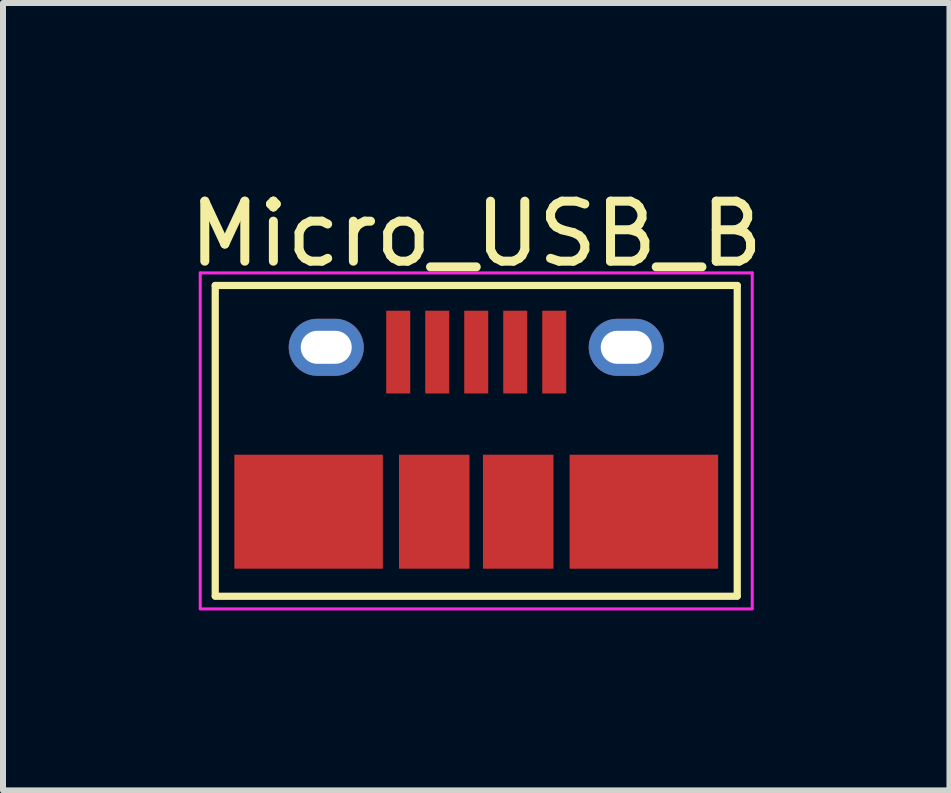
<source format=kicad_pcb>
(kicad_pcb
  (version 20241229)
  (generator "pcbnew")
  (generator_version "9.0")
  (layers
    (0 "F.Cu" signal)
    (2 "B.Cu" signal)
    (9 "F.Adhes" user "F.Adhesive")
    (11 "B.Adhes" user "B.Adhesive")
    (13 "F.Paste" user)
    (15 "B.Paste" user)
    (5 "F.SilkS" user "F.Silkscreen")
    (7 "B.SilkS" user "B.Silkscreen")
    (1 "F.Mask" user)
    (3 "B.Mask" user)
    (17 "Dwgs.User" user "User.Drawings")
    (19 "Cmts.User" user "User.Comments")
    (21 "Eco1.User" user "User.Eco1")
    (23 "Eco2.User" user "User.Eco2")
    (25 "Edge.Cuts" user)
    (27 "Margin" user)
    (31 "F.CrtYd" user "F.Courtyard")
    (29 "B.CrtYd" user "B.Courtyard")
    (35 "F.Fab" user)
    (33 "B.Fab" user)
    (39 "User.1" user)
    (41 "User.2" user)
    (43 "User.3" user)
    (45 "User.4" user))
  (footprint "Micro_USB_B"
    (layer "F.Cu")
    (at 4.887 2.818)
    (property "Reference" "Micro_USB_B" (at 0 -1.97 0) (layer "F.SilkS") (effects (font (size 1 1) (thickness 0.15))))
    (attr smd)
    (fp_line (start -4.35 -1.11) (end 4.35 -1.11) (stroke (width 0.12) (type solid)) (layer "F.SilkS"))
    (fp_line (start -4.35 4.06) (end -4.35 -1.11) (stroke (width 0.12) (type solid)) (layer "F.SilkS"))
    (fp_line (start 4.35 -1.11) (end 4.35 4.06) (stroke (width 0.12) (type solid)) (layer "F.SilkS"))
    (fp_line (start 4.35 4.07) (end -4.35 4.07) (stroke (width 0.12) (type solid)) (layer "F.SilkS"))
    (fp_line (start -4.6 -1.32) (end 4.6 -1.32) (stroke (width 0.05) (type solid)) (layer "F.CrtYd"))
    (fp_line (start -4.6 4.27) (end -4.6 -1.32) (stroke (width 0.05) (type solid)) (layer "F.CrtYd"))
    (fp_line (start 4.6 -1.32) (end 4.6 4.27) (stroke (width 0.05) (type solid)) (layer "F.CrtYd"))
    (fp_line (start 4.6 4.28) (end -4.6 4.28) (stroke (width 0.05) (type solid)) (layer "F.CrtYd"))
    (pad "1" smd rect (at -1.3 0 90) (size 1.38 0.4) (layers "F.Cu" "F.Mask" "F.Paste"))
    (pad "2" smd rect (at -0.65 0 90) (size 1.38 0.4) (layers "F.Cu" "F.Mask" "F.Paste"))
    (pad "3" smd rect (at 0 0 90) (size 1.38 0.4) (layers "F.Cu" "F.Mask" "F.Paste"))
    (pad "4" smd rect (at 0.65 0 90) (size 1.38 0.4) (layers "F.Cu" "F.Mask" "F.Paste"))
    (pad "5" smd rect (at 1.3 0 90) (size 1.38 0.4) (layers "F.Cu" "F.Mask" "F.Paste"))
    (pad "6" smd rect (at -2.794 2.66) (size 2.475 1.9) (layers "F.Cu" "F.Mask" "F.Paste"))
    (pad "6" smd rect (at -0.7 2.66) (size 1.175 1.9) (layers "F.Cu" "F.Mask" "F.Paste"))
    (pad "6" smd rect (at 0.7 2.66) (size 1.175 1.9) (layers "F.Cu" "F.Mask" "F.Paste"))
    (pad "6" smd rect (at 2.794 2.66) (size 2.475 1.9) (layers "F.Cu" "F.Mask" "F.Paste"))
    (pad "7" thru_hole oval (at -2.5 -0.08 90) (size 0.95 1.25) (drill oval 0.55 0.85) (layers "*.Cu" "*.Mask"))
    (pad "7" thru_hole oval (at 2.5 -0.08 90) (size 0.95 1.25) (drill oval 0.55 0.85) (layers "*.Cu" "*.Mask")))
  (gr_rect
    (start -3 -3)
    (end 12.774 10.123)
    (stroke (width 0.1) (type default))
    (fill no)
    (layer "Edge.Cuts")))
</source>
